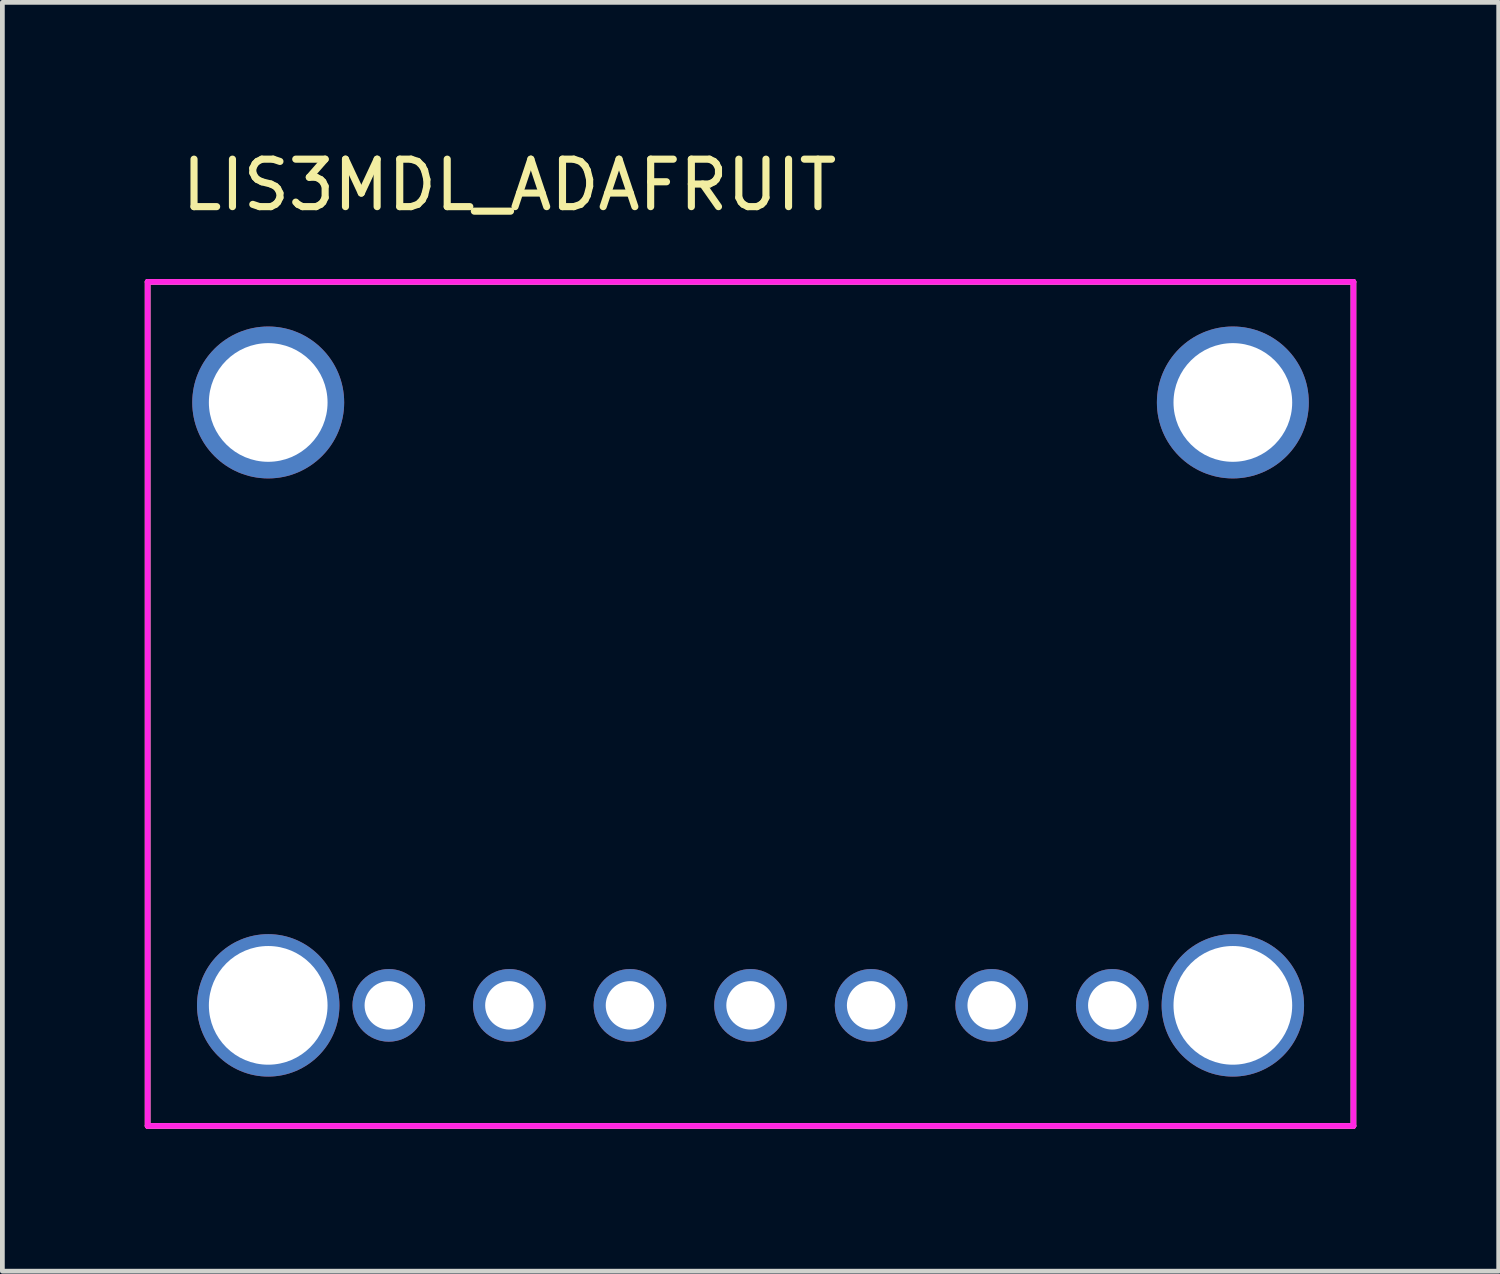
<source format=kicad_pcb>
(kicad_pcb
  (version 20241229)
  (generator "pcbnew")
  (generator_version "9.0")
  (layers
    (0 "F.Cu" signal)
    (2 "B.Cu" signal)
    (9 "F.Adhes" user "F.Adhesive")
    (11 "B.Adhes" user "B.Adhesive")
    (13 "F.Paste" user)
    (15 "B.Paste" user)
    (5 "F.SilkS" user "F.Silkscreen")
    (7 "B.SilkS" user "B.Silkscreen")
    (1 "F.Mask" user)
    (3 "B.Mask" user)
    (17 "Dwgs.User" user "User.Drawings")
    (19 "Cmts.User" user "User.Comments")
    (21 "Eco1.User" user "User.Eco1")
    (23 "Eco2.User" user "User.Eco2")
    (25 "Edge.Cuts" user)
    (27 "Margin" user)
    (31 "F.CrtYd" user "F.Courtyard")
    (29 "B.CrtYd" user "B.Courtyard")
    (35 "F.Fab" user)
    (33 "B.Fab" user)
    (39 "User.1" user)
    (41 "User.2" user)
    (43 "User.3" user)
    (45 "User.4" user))
  (footprint "LIS3MDL_ADAFRUIT"
    (layer "F.Cu")
    (at 7.68 0.348)
    (property "Reference" "LIS3MDL_ADAFRUIT" (at 0 0.5 0) (layer "F.SilkS") (effects (font (size 1 1) (thickness 0.15))))
    (attr through_hole)
    (fp_line (start -7.62 2.54) (end 17.78 2.54) (stroke (width 0.12) (type solid)) (layer "F.SilkS"))
    (fp_line (start -7.62 20.32) (end -7.62 2.54) (stroke (width 0.12) (type solid)) (layer "F.SilkS"))
    (fp_line (start 17.78 2.54) (end 17.78 20.32) (stroke (width 0.12) (type solid)) (layer "F.SilkS"))
    (fp_line (start 17.78 20.32) (end -7.62 20.32) (stroke (width 0.12) (type solid)) (layer "F.SilkS"))
    (fp_line (start -7.62 2.54) (end 17.78 2.54) (stroke (width 0.12) (type solid)) (layer "F.CrtYd"))
    (fp_line (start -7.62 20.32) (end -7.62 2.54) (stroke (width 0.12) (type solid)) (layer "F.CrtYd"))
    (fp_line (start 17.78 2.54) (end 17.78 20.32) (stroke (width 0.12) (type solid)) (layer "F.CrtYd"))
    (fp_line (start 17.78 20.32) (end -7.62 20.32) (stroke (width 0.12) (type solid)) (layer "F.CrtYd"))
    (pad "" thru_hole circle (at -5.08 5.08) (size 3.2 3.2) (drill 2.5) (layers "*.Cu" "*.Mask"))
    (pad "" thru_hole circle (at -5.08 17.78) (size 3 3) (drill 2.5) (layers "*.Cu" "*.Mask"))
    (pad "" thru_hole circle (at 15.24 5.08) (size 3.2 3.2) (drill 2.5) (layers "*.Cu" "*.Mask"))
    (pad "" thru_hole circle (at 15.24 17.78) (size 3 3) (drill 2.5) (layers "*.Cu" "*.Mask"))
    (pad "1" thru_hole circle (at -2.54 17.78) (size 1.53 1.53) (drill 1.02) (layers "*.Cu" "*.Mask"))
    (pad "2" thru_hole circle (at 0 17.78) (size 1.53 1.53) (drill 1.02) (layers "*.Cu" "*.Mask"))
    (pad "3" thru_hole circle (at 2.54 17.78) (size 1.53 1.53) (drill 1.02) (layers "*.Cu" "*.Mask"))
    (pad "4" thru_hole circle (at 5.08 17.78) (size 1.53 1.53) (drill 1.02) (layers "*.Cu" "*.Mask"))
    (pad "5" thru_hole circle (at 7.62 17.78) (size 1.53 1.53) (drill 1.02) (layers "*.Cu" "*.Mask"))
    (pad "6" thru_hole circle (at 10.16 17.78) (size 1.53 1.53) (drill 1.02) (layers "*.Cu" "*.Mask"))
    (pad "7" thru_hole circle (at 12.7 17.78) (size 1.53 1.53) (drill 1.02) (layers "*.Cu" "*.Mask")))
  (gr_rect
    (start -3 -3)
    (end 28.52 23.728)
    (stroke (width 0.1) (type default))
    (fill no)
    (layer "Edge.Cuts")))
</source>
